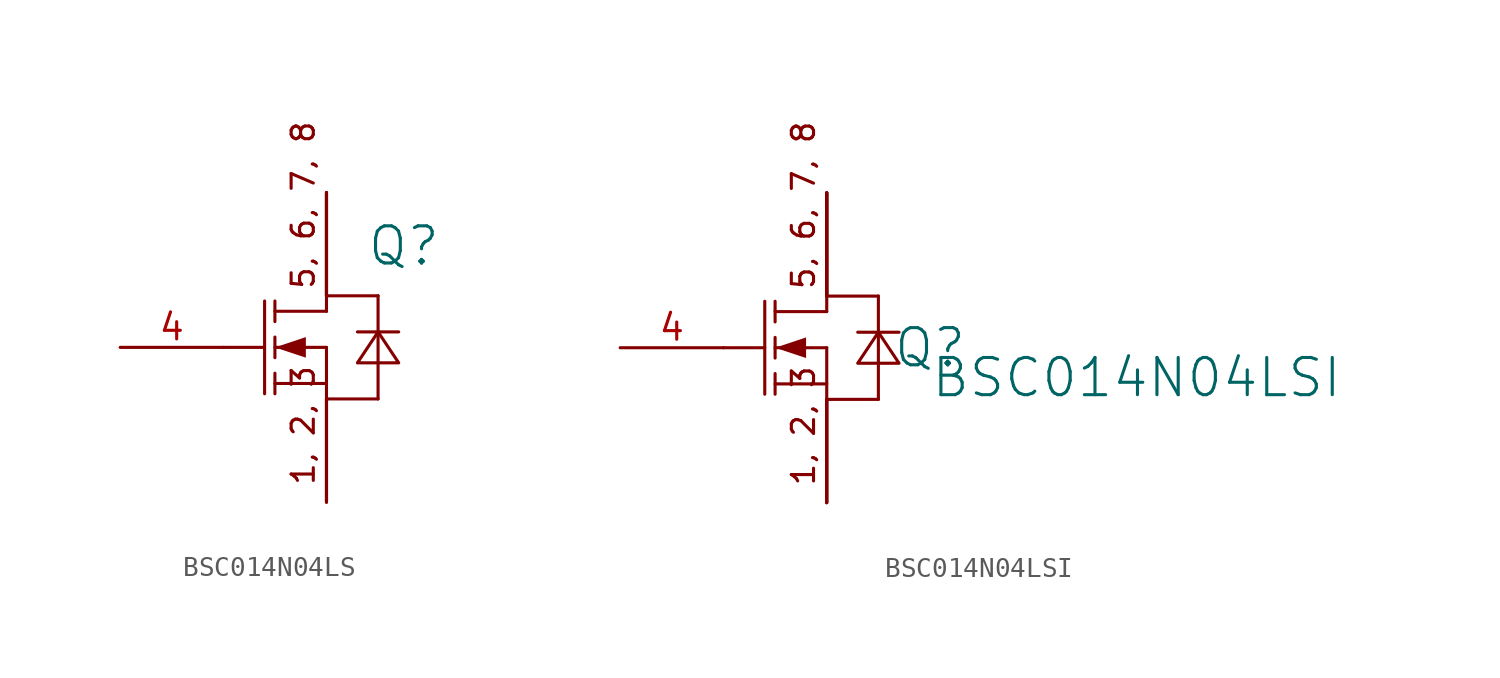
<source format=kicad_sym>
(kicad_symbol_lib
  (version 20241209)
  (generator "kicad_symbol_editor")
  (generator_version "9.0")
  (symbol "BSC014N04LS"
    (pin_names
      (hide yes))
    (property "Reference" "Q"
      (at 8.89 2.455 0)
      (effects (font (size 1.829 1.829))))
    (symbol "BSC014N04LS_1_0"
      (polyline (pts (xy 0 -2.54) (xy 2.032 -2.54)) (stroke (width 0) (type solid)) (fill (type none)))
      (polyline (pts (xy 2.032 -0.254) (xy 2.032 -4.826)) (stroke (width 0) (type solid)) (fill (type none)))
      (polyline (pts (xy 2.54 -0.254) (xy 2.54 -1.27)) (stroke (width 0) (type solid)) (fill (type none)))
      (polyline (pts (xy 2.54 -2.54) (xy 4.064 -3.048) (xy 4.064 -2.032) (xy 2.54 -2.54)) (stroke (width -0.0001) (type solid)) (fill (type outline)))
      (polyline (pts (xy 2.54 -3.048) (xy 2.54 -2.032)) (stroke (width 0) (type solid)) (fill (type none)))
      (polyline (pts (xy 2.54 -4.826) (xy 2.54 -3.81)) (stroke (width 0) (type solid)) (fill (type none)))
      (polyline (pts (xy 5.08 0) (xy 7.62 0)) (stroke (width 0) (type solid)) (fill (type none)))
      (polyline (pts (xy 5.08 -0.762) (xy 2.54 -0.762)) (stroke (width 0) (type solid)) (fill (type none)))
      (polyline (pts (xy 5.08 -0.762) (xy 5.08 0)) (stroke (width 0) (type solid)) (fill (type none)))
      (polyline (pts (xy 5.08 -2.54) (xy 2.54 -2.54)) (stroke (width 0) (type solid)) (fill (type none)))
      (polyline (pts (xy 5.08 -2.54) (xy 5.08 -5.08)) (stroke (width 0) (type solid)) (fill (type none)))
      (polyline (pts (xy 5.08 -4.318) (xy 2.54 -4.318)) (stroke (width 0) (type solid)) (fill (type none)))
      (polyline (pts (xy 5.08 -5.08) (xy 7.62 -5.08)) (stroke (width 0) (type solid)) (fill (type none)))
      (polyline (pts (xy 6.604 -1.778) (xy 8.636 -1.778)) (stroke (width 0) (type solid)) (fill (type none)))
      (polyline (pts (xy 7.62 0) (xy 7.62 -5.08)) (stroke (width 0) (type solid)) (fill (type none)))
      (polyline (pts (xy 7.62 -1.778) (xy 6.604 -3.302) (xy 8.636 -3.302) (xy 7.62 -1.778) (xy 7.62 -1.778)) (stroke (width 0) (type solid)) (fill (type none)))
      (text "5, 6, 7, 8" (at 4.572 0.254 900) (effects (font (size 1.092 1.092)) (justify left bottom)))
      (text "1, 2, 3" (at 4.572 -9.398 900) (effects (font (size 1.092 1.092)) (justify left bottom)))
      (pin passive line (at -5.08 -2.54 0) (length 5.08) (name "GATE" (effects (font (size 1.27 1.27)))) (number "4" (effects (font (size 1.27 1.27)))))
      (pin passive line (at 5.08 5.08 270) (length 5.08) (name "DRAIN" (effects (font (size 1.27 1.27)))) (number "5" (effects (font (size 0 0)))))
      (pin passive line (at 5.08 5.08 270) (length 5.08) (name "DRAIN" (effects (font (size 1.27 1.27)))) (number "6" (effects (font (size 0 0)))))
      (pin passive line (at 5.08 5.08 270) (length 5.08) (name "DRAIN" (effects (font (size 1.27 1.27)))) (number "7" (effects (font (size 0 0)))))
      (pin passive line (at 5.08 5.08 270) (length 5.08) (name "DRAIN" (effects (font (size 1.27 1.27)))) (number "8" (effects (font (size 0 0)))))
      (pin passive line (at 5.08 -10.16 90) (length 5.08) (name "SOURCE" (effects (font (size 1.27 1.27)))) (number "1" (effects (font (size 0 0)))))
      (pin passive line (at 5.08 -10.16 90) (length 5.08) (name "SOURCE" (effects (font (size 1.27 1.27)))) (number "2" (effects (font (size 0 0)))))
      (pin passive line (at 5.08 -10.16 90) (length 5.08) (name "SOURCE" (effects (font (size 1.27 1.27)))) (number "3" (effects (font (size 0 0)))))))
  (symbol "BSC014N04LSI"
    (pin_names
      (hide yes))
    (property "Reference" "Q"
      (at 10.16 -2.54 0)
      (effects (font (size 1.829 1.829))))
    (property "Value" "BSC014N04LSI"
      (at 10.16 -5.08 0)
      (effects (font (size 1.829 1.829)) (justify left bottom)))
    (symbol "BSC014N04LSI_1_0"
      (polyline (pts (xy 0 -2.54) (xy 2.032 -2.54)) (stroke (width 0) (type solid)) (fill (type none)))
      (polyline (pts (xy 2.032 -0.254) (xy 2.032 -4.826)) (stroke (width 0) (type solid)) (fill (type none)))
      (polyline (pts (xy 2.54 -0.254) (xy 2.54 -1.27)) (stroke (width 0) (type solid)) (fill (type none)))
      (polyline (pts (xy 2.54 -2.54) (xy 4.064 -3.048) (xy 4.064 -2.032) (xy 2.54 -2.54)) (stroke (width -0.0001) (type solid)) (fill (type outline)))
      (polyline (pts (xy 2.54 -3.048) (xy 2.54 -2.032)) (stroke (width 0) (type solid)) (fill (type none)))
      (polyline (pts (xy 2.54 -4.826) (xy 2.54 -3.81)) (stroke (width 0) (type solid)) (fill (type none)))
      (polyline (pts (xy 5.08 0) (xy 7.62 0)) (stroke (width 0) (type solid)) (fill (type none)))
      (polyline (pts (xy 5.08 -0.762) (xy 2.54 -0.762)) (stroke (width 0) (type solid)) (fill (type none)))
      (polyline (pts (xy 5.08 -0.762) (xy 5.08 0)) (stroke (width 0) (type solid)) (fill (type none)))
      (polyline (pts (xy 5.08 -2.54) (xy 2.54 -2.54)) (stroke (width 0) (type solid)) (fill (type none)))
      (polyline (pts (xy 5.08 -2.54) (xy 5.08 -5.08)) (stroke (width 0) (type solid)) (fill (type none)))
      (polyline (pts (xy 5.08 -4.318) (xy 2.54 -4.318)) (stroke (width 0) (type solid)) (fill (type none)))
      (polyline (pts (xy 5.08 -5.08) (xy 7.62 -5.08)) (stroke (width 0) (type solid)) (fill (type none)))
      (polyline (pts (xy 6.604 -1.778) (xy 8.636 -1.778)) (stroke (width 0) (type solid)) (fill (type none)))
      (polyline (pts (xy 7.62 0) (xy 7.62 -5.08)) (stroke (width 0) (type solid)) (fill (type none)))
      (polyline (pts (xy 7.62 -1.778) (xy 6.604 -3.302) (xy 8.636 -3.302) (xy 7.62 -1.778) (xy 7.62 -1.778)) (stroke (width 0) (type solid)) (fill (type none)))
      (text "5, 6, 7, 8" (at 4.572 0.254 900) (effects (font (size 1.092 1.092)) (justify left bottom)))
      (text "1, 2, 3" (at 4.572 -9.398 900) (effects (font (size 1.092 1.092)) (justify left bottom)))
      (pin passive line (at -5.08 -2.54 0) (length 5.08) (name "GATE" (effects (font (size 1.27 1.27)))) (number "4" (effects (font (size 1.27 1.27)))))
      (pin passive line (at 5.08 5.08 270) (length 5.08) (name "DRAIN" (effects (font (size 1.27 1.27)))) (number "5" (effects (font (size 0 0)))))
      (pin passive line (at 5.08 5.08 270) (length 5.08) (name "DRAIN" (effects (font (size 1.27 1.27)))) (number "6" (effects (font (size 0 0)))))
      (pin passive line (at 5.08 5.08 270) (length 5.08) (name "DRAIN" (effects (font (size 1.27 1.27)))) (number "7" (effects (font (size 0 0)))))
      (pin passive line (at 5.08 5.08 270) (length 5.08) (name "DRAIN" (effects (font (size 1.27 1.27)))) (number "8" (effects (font (size 0 0)))))
      (pin passive line (at 5.08 -10.16 90) (length 5.08) (name "SOURCE" (effects (font (size 1.27 1.27)))) (number "1" (effects (font (size 0 0)))))
      (pin passive line (at 5.08 -10.16 90) (length 5.08) (name "SOURCE" (effects (font (size 1.27 1.27)))) (number "2" (effects (font (size 0 0)))))
      (pin passive line (at 5.08 -10.16 90) (length 5.08) (name "SOURCE" (effects (font (size 1.27 1.27)))) (number "3" (effects (font (size 0 0))))))))
</source>
